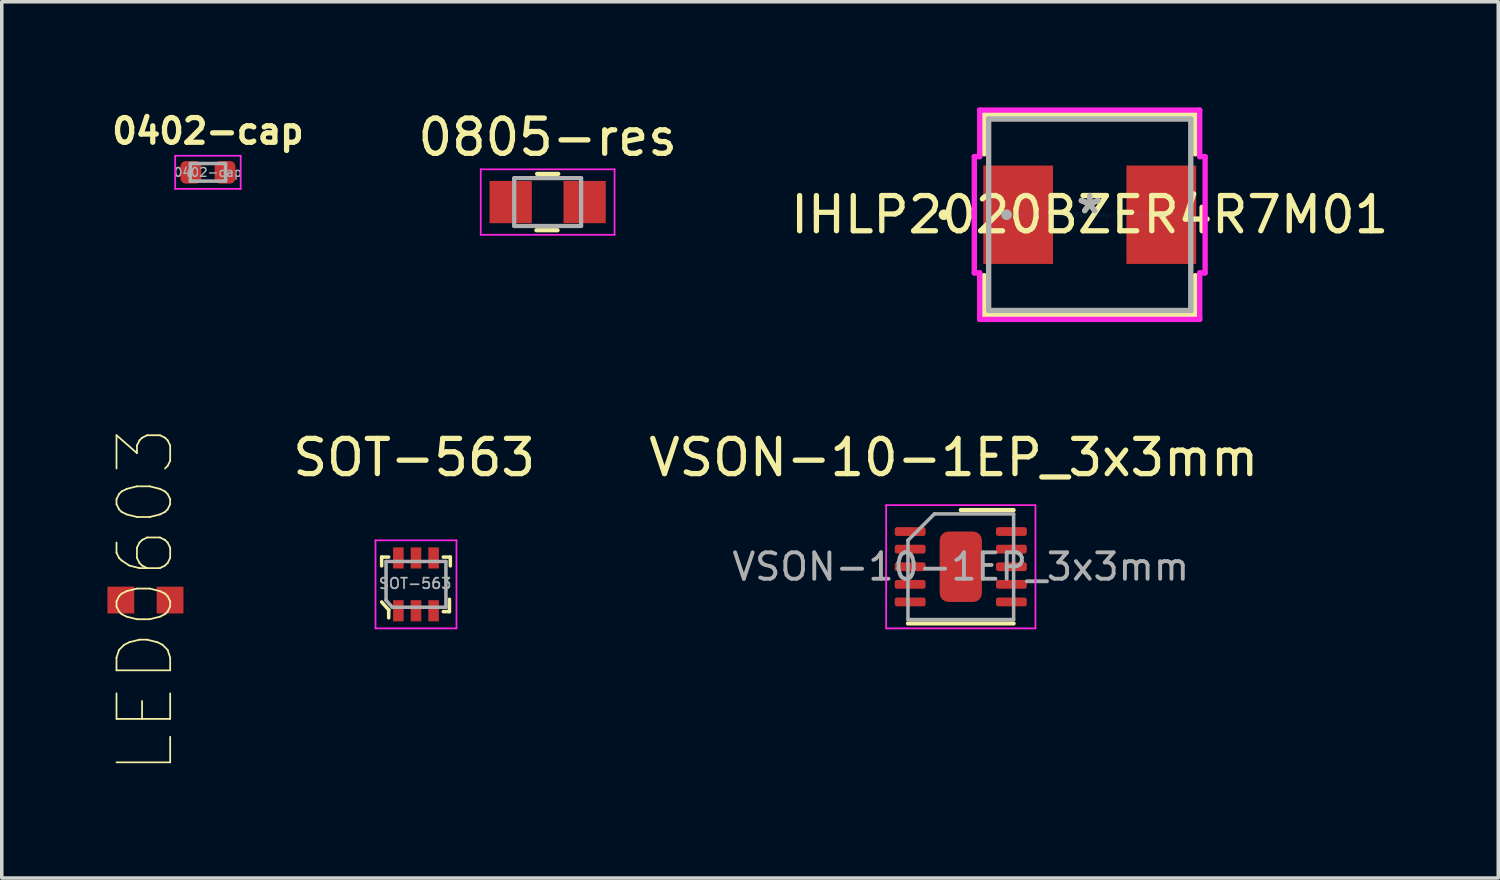
<source format=kicad_pcb>
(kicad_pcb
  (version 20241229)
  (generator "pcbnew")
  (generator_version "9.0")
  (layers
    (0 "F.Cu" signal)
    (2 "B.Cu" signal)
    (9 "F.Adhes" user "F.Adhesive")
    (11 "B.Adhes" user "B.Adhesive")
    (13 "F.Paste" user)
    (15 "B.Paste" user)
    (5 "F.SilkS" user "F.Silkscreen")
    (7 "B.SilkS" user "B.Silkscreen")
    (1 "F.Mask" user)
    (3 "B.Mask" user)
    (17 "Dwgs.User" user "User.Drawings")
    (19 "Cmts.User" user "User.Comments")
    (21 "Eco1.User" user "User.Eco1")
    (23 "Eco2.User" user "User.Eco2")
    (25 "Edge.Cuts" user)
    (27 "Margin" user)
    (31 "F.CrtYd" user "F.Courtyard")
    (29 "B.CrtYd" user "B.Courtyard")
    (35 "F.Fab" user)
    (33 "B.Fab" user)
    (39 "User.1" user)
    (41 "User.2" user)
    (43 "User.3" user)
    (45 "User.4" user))
  (footprint "0402-cap"
    (layer "F.Cu")
    (at 2.855 1.843)
    (property "Reference" "0402-cap" (at 0 -1.17 0) (layer "F.SilkS") (effects (font (size 0.7 0.7) (thickness 0.15))))
    (attr smd)
    (fp_line (start -0.93 -0.47) (end 0.93 -0.47) (stroke (width 0.05) (type solid)) (layer "F.CrtYd"))
    (fp_line (start -0.93 0.47) (end -0.93 -0.47) (stroke (width 0.05) (type solid)) (layer "F.CrtYd"))
    (fp_line (start 0.93 -0.47) (end 0.93 0.47) (stroke (width 0.05) (type solid)) (layer "F.CrtYd"))
    (fp_line (start 0.93 0.47) (end -0.93 0.47) (stroke (width 0.05) (type solid)) (layer "F.CrtYd"))
    (fp_line (start -0.5 -0.25) (end 0.5 -0.25) (stroke (width 0.1) (type solid)) (layer "F.Fab"))
    (fp_line (start -0.5 0.25) (end -0.5 -0.25) (stroke (width 0.1) (type solid)) (layer "F.Fab"))
    (fp_line (start 0.5 -0.25) (end 0.5 0.25) (stroke (width 0.1) (type solid)) (layer "F.Fab"))
    (fp_line (start 0.5 0.25) (end -0.5 0.25) (stroke (width 0.1) (type solid)) (layer "F.Fab"))
    (fp_text user "${REFERENCE}" (at 0 0 0) (layer "F.Fab") (effects (font (size 0.25 0.25) (thickness 0.04))))
    (pad "1" smd roundrect (at -0.485 0) (size 0.59 0.64) (layers "F.Cu" "F.Mask" "F.Paste") (roundrect_rratio 0.25))
    (pad "2" smd roundrect (at 0.485 0) (size 0.59 0.64) (layers "F.Cu" "F.Mask" "F.Paste") (roundrect_rratio 0.25)))
  (footprint "SOT-563"
    (layer "F.Cu")
    (at 8.763 13.544)
    (property "Reference" "SOT-563" (at -0.05 -3.6 0) (layer "F.SilkS") (effects (font (size 1 1) (thickness 0.15))))
    (attr smd)
    (fp_line (start -0.975 -0.775) (end -0.975 -0.525) (stroke (width 0.1) (type solid)) (layer "F.SilkS"))
    (fp_line (start -0.975 -0.775) (end -0.775 -0.775) (stroke (width 0.1) (type solid)) (layer "F.SilkS"))
    (fp_line (start -0.975 0.5) (end -0.775 0.725) (stroke (width 0.1) (type solid)) (layer "F.SilkS"))
    (fp_line (start -0.775 0.725) (end -0.775 0.95) (stroke (width 0.1) (type solid)) (layer "F.SilkS"))
    (fp_line (start 0.775 -0.775) (end 0.975 -0.775) (stroke (width 0.1) (type solid)) (layer "F.SilkS"))
    (fp_line (start 0.775 0.775) (end 0.95 0.775) (stroke (width 0.1) (type solid)) (layer "F.SilkS"))
    (fp_line (start 0.95 0.775) (end 0.95 0.425) (stroke (width 0.1) (type solid)) (layer "F.SilkS"))
    (fp_line (start 0.975 -0.775) (end 0.975 -0.525) (stroke (width 0.1) (type solid)) (layer "F.SilkS"))
    (fp_line (start -1.15 -1.25) (end 1.15 -1.25) (stroke (width 0.05) (type solid)) (layer "F.CrtYd"))
    (fp_line (start -1.15 1.25) (end -1.15 -1.25) (stroke (width 0.05) (type solid)) (layer "F.CrtYd"))
    (fp_line (start 1.15 -1.25) (end 1.15 1.25) (stroke (width 0.05) (type solid)) (layer "F.CrtYd"))
    (fp_line (start 1.15 1.25) (end -1.15 1.25) (stroke (width 0.05) (type solid)) (layer "F.CrtYd"))
    (fp_line (start -0.85 -0.65) (end 0.85 -0.65) (stroke (width 0.1) (type solid)) (layer "F.Fab"))
    (fp_line (start -0.85 0.45) (end -0.85 -0.65) (stroke (width 0.1) (type solid)) (layer "F.Fab"))
    (fp_line (start -0.85 0.45) (end -0.675 0.65) (stroke (width 0.1) (type solid)) (layer "F.Fab"))
    (fp_line (start -0.675 0.65) (end 0.85 0.65) (stroke (width 0.1) (type solid)) (layer "F.Fab"))
    (fp_line (start 0.85 -0.65) (end 0.85 0.65) (stroke (width 0.1) (type solid)) (layer "F.Fab"))
    (fp_text user "${REFERENCE}" (at -0.025 -0.025 0) (layer "F.Fab") (effects (font (size 0.3 0.3) (thickness 0.05))))
    (pad "1" smd rect (at -0.5 0.75) (size 0.3 0.6) (layers "F.Cu" "F.Mask" "F.Paste"))
    (pad "2" smd rect (at 0 0.75) (size 0.3 0.6) (layers "F.Cu" "F.Mask" "F.Paste"))
    (pad "3" smd rect (at 0.5 0.75) (size 0.3 0.6) (layers "F.Cu" "F.Mask" "F.Paste"))
    (pad "4" smd rect (at 0.5 -0.75) (size 0.3 0.6) (layers "F.Cu" "F.Mask" "F.Paste"))
    (pad "5" smd rect (at 0 -0.75) (size 0.3 0.6) (layers "F.Cu" "F.Mask" "F.Paste"))
    (pad "6" smd rect (at -0.5 -0.75) (size 0.3 0.6) (layers "F.Cu" "F.Mask" "F.Paste")))
  (footprint "IHLP2020BZER4R7M01"
    (layer "F.Cu")
    (at 27.895 3.048)
    (property "Reference" "IHLP2020BZER4R7M01" (at 0 0 0) (layer "F.SilkS") (effects (font (size 1 1) (thickness 0.15))))
    (attr through_hole)
    (fp_line (start -2.997 -2.845) (end -2.997 -1.73) (stroke (width 0.152) (type solid)) (layer "F.SilkS"))
    (fp_line (start -2.997 1.73) (end -2.997 2.845) (stroke (width 0.152) (type solid)) (layer "F.SilkS"))
    (fp_line (start -2.997 2.845) (end 2.997 2.845) (stroke (width 0.152) (type solid)) (layer "F.SilkS"))
    (fp_line (start 2.997 -2.845) (end -2.997 -2.845) (stroke (width 0.152) (type solid)) (layer "F.SilkS"))
    (fp_line (start 2.997 -1.73) (end 2.997 -2.845) (stroke (width 0.152) (type solid)) (layer "F.SilkS"))
    (fp_line (start 2.997 2.845) (end 2.997 1.73) (stroke (width 0.152) (type solid)) (layer "F.SilkS"))
    (fp_circle (center -4.14 0) (end -4.064 0) (stroke (width 0.152) (type solid)) (fill no) (layer "F.SilkS"))
    (fp_line (start -3.277 -1.651) (end -3.124 -1.651) (stroke (width 0.152) (type solid)) (layer "F.CrtYd"))
    (fp_line (start -3.277 1.651) (end -3.277 -1.651) (stroke (width 0.152) (type solid)) (layer "F.CrtYd"))
    (fp_line (start -3.124 -2.972) (end 3.124 -2.972) (stroke (width 0.152) (type solid)) (layer "F.CrtYd"))
    (fp_line (start -3.124 -1.651) (end -3.124 -2.972) (stroke (width 0.152) (type solid)) (layer "F.CrtYd"))
    (fp_line (start -3.124 1.651) (end -3.277 1.651) (stroke (width 0.152) (type solid)) (layer "F.CrtYd"))
    (fp_line (start -3.124 2.972) (end -3.124 1.651) (stroke (width 0.152) (type solid)) (layer "F.CrtYd"))
    (fp_line (start 3.124 -2.972) (end 3.124 -1.651) (stroke (width 0.152) (type solid)) (layer "F.CrtYd"))
    (fp_line (start 3.124 -1.651) (end 3.277 -1.651) (stroke (width 0.152) (type solid)) (layer "F.CrtYd"))
    (fp_line (start 3.124 1.651) (end 3.124 2.972) (stroke (width 0.152) (type solid)) (layer "F.CrtYd"))
    (fp_line (start 3.124 2.972) (end -3.124 2.972) (stroke (width 0.152) (type solid)) (layer "F.CrtYd"))
    (fp_line (start 3.277 -1.651) (end 3.277 1.651) (stroke (width 0.152) (type solid)) (layer "F.CrtYd"))
    (fp_line (start 3.277 1.651) (end 3.124 1.651) (stroke (width 0.152) (type solid)) (layer "F.CrtYd"))
    (fp_line (start -2.87 -2.718) (end -2.87 2.718) (stroke (width 0.152) (type solid)) (layer "F.Fab"))
    (fp_line (start -2.87 2.718) (end 2.87 2.718) (stroke (width 0.152) (type solid)) (layer "F.Fab"))
    (fp_line (start 2.87 -2.718) (end -2.87 -2.718) (stroke (width 0.152) (type solid)) (layer "F.Fab"))
    (fp_line (start 2.87 2.718) (end 2.87 -2.718) (stroke (width 0.152) (type solid)) (layer "F.Fab"))
    (fp_circle (center -2.362 0) (end -2.286 0) (stroke (width 0.152) (type solid)) (fill no) (layer "F.Fab"))
    (fp_text user "*" (at 0 0 0) (layer "F.SilkS") (effects (font (size 1 1) (thickness 0.15))))
    (fp_text user "Copyright 2016 Accelerated Designs. All rights reserved." (at 0 0 0) (layer "Cmts.User") (effects (font (size 0.127 0.127) (thickness 0.002))))
    (fp_text user "*" (at 0 0 0) (layer "F.Fab") (effects (font (size 1 1) (thickness 0.15))))
    (pad "1" smd rect (at -2.032 0 90) (size 2.794 1.981) (layers "F.Cu" "F.Mask" "F.Paste"))
    (pad "2" smd rect (at 2.032 0 90) (size 2.794 1.981) (layers "F.Cu" "F.Mask" "F.Paste")))
  (footprint "0805-res"
    (layer "F.Cu")
    (at 12.502 2.688)
    (property "Reference" "0805-res" (at 0 -1.84 0) (layer "F.SilkS") (effects (font (size 1 1) (thickness 0.15))))
    (attr smd)
    (fp_line (start -0.32 0.8) (end 0.28 0.8) (stroke (width 0.12) (type solid)) (layer "F.SilkS"))
    (fp_line (start -0.3 -0.8) (end 0.3 -0.8) (stroke (width 0.12) (type solid)) (layer "F.SilkS"))
    (fp_line (start -1.9 -0.93) (end 1.9 -0.93) (stroke (width 0.05) (type solid)) (layer "F.CrtYd"))
    (fp_line (start -1.9 0.93) (end -1.9 -0.93) (stroke (width 0.05) (type solid)) (layer "F.CrtYd"))
    (fp_line (start -1.9 0.93) (end 1.9 0.93) (stroke (width 0.05) (type solid)) (layer "F.CrtYd"))
    (fp_line (start 1.9 0.93) (end 1.9 -0.93) (stroke (width 0.05) (type solid)) (layer "F.CrtYd"))
    (fp_line (start -0.95 -0.68) (end 0.95 -0.68) (stroke (width 0.12) (type solid)) (layer "F.Fab"))
    (fp_line (start -0.95 -0.675) (end -0.95 0.675) (stroke (width 0.12) (type solid)) (layer "F.Fab"))
    (fp_line (start -0.95 0.68) (end 0.95 0.68) (stroke (width 0.12) (type solid)) (layer "F.Fab"))
    (fp_line (start 0.95 -0.675) (end 0.95 0.675) (stroke (width 0.12) (type solid)) (layer "F.Fab"))
    (pad "1" smd rect (at -1.05 0) (size 1.2 1.2) (layers "F.Cu" "F.Mask" "F.Paste"))
    (pad "2" smd rect (at 1.05 0) (size 1.2 1.2) (layers "F.Cu" "F.Mask" "F.Paste")))
  (footprint "VSON-10-1EP_3x3mm"
    (layer "F.Cu")
    (at 24.034 13.244)
    (property "Reference" "VSON-10-1EP_3x3mm" (at 0 -3.3 0) (layer "F.SilkS") (effects (font (size 1 1) (thickness 0.15))))
    (attr smd)
    (fp_line (start -1.3 1.41) (end 1.7 1.41) (stroke (width 0.12) (type solid)) (layer "F.SilkS"))
    (fp_line (start 0.2 -1.81) (end 1.7 -1.81) (stroke (width 0.12) (type solid)) (layer "F.SilkS"))
    (fp_line (start -1.92 -1.95) (end -1.92 1.55) (stroke (width 0.05) (type solid)) (layer "F.CrtYd"))
    (fp_line (start -1.92 1.55) (end 2.32 1.55) (stroke (width 0.05) (type solid)) (layer "F.CrtYd"))
    (fp_line (start 2.32 -1.95) (end -1.92 -1.95) (stroke (width 0.05) (type solid)) (layer "F.CrtYd"))
    (fp_line (start 2.32 1.55) (end 2.32 -1.95) (stroke (width 0.05) (type solid)) (layer "F.CrtYd"))
    (fp_line (start -1.3 -0.95) (end -0.55 -1.7) (stroke (width 0.1) (type solid)) (layer "F.Fab"))
    (fp_line (start -1.3 1.3) (end -1.3 -0.95) (stroke (width 0.1) (type solid)) (layer "F.Fab"))
    (fp_line (start -0.55 -1.7) (end 1.7 -1.7) (stroke (width 0.1) (type solid)) (layer "F.Fab"))
    (fp_line (start 1.7 -1.7) (end 1.7 1.3) (stroke (width 0.1) (type solid)) (layer "F.Fab"))
    (fp_line (start 1.7 1.3) (end -1.3 1.3) (stroke (width 0.1) (type solid)) (layer "F.Fab"))
    (fp_text user "${REFERENCE}" (at 0.2 -0.2 0) (layer "F.Fab") (effects (font (size 0.75 0.75) (thickness 0.11))))
    (pad "" smd roundrect (at -0.1 -0.7) (size 0.48 0.81) (layers "F.Paste") (roundrect_rratio 0.25))
    (pad "" smd roundrect (at -0.1 0.3) (size 0.48 0.81) (layers "F.Paste") (roundrect_rratio 0.25))
    (pad "" smd roundrect (at 0.5 -0.7) (size 0.48 0.81) (layers "F.Paste") (roundrect_rratio 0.25))
    (pad "" smd roundrect (at 0.5 0.3) (size 0.48 0.81) (layers "F.Paste") (roundrect_rratio 0.25))
    (pad "1" smd roundrect (at -1.238 -1.2) (size 0.875 0.25) (layers "F.Cu" "F.Mask" "F.Paste") (roundrect_rratio 0.25))
    (pad "2" smd roundrect (at -1.238 -0.7) (size 0.875 0.25) (layers "F.Cu" "F.Mask" "F.Paste") (roundrect_rratio 0.25))
    (pad "3" smd roundrect (at -1.238 -0.2) (size 0.875 0.25) (layers "F.Cu" "F.Mask" "F.Paste") (roundrect_rratio 0.25))
    (pad "4" smd roundrect (at -1.238 0.3) (size 0.875 0.25) (layers "F.Cu" "F.Mask" "F.Paste") (roundrect_rratio 0.25))
    (pad "5" smd roundrect (at -1.238 0.8) (size 0.875 0.25) (layers "F.Cu" "F.Mask" "F.Paste") (roundrect_rratio 0.25))
    (pad "6" smd roundrect (at 1.637 0.8) (size 0.875 0.25) (layers "F.Cu" "F.Mask" "F.Paste") (roundrect_rratio 0.25))
    (pad "7" smd roundrect (at 1.637 0.3) (size 0.875 0.25) (layers "F.Cu" "F.Mask" "F.Paste") (roundrect_rratio 0.25))
    (pad "8" smd roundrect (at 1.637 -0.2) (size 0.875 0.25) (layers "F.Cu" "F.Mask" "F.Paste") (roundrect_rratio 0.25))
    (pad "9" smd roundrect (at 1.637 -0.7) (size 0.875 0.25) (layers "F.Cu" "F.Mask" "F.Paste") (roundrect_rratio 0.25))
    (pad "10" smd roundrect (at 1.637 -1.2) (size 0.875 0.25) (layers "F.Cu" "F.Mask" "F.Paste") (roundrect_rratio 0.25))
    (pad "11" smd roundrect (at 0.2 -0.2) (size 1.2 2) (layers "F.Cu" "F.Mask") (roundrect_rratio 0.208)))
  (footprint "LED0603"
    (layer "F.Cu")
    (at 1.03 13.99)
    (property "Reference" "LED0603" (at 0.05 0 90) (layer "F.SilkS") (effects (font (size 1.524 1.524) (thickness 0.05))))
    (attr smd)
    (pad "A" smd rect (at -0.648 0) (size 0.762 0.762) (layers "F.Cu" "F.Mask" "F.Paste"))
    (pad "K" smd rect (at 0.749 0) (size 0.762 0.762) (layers "F.Cu" "F.Mask" "F.Paste")))
  (gr_rect
    (start -3 -3)
    (end 39.496 21.883)
    (stroke (width 0.1) (type default))
    (fill no)
    (layer "Edge.Cuts")))
</source>
